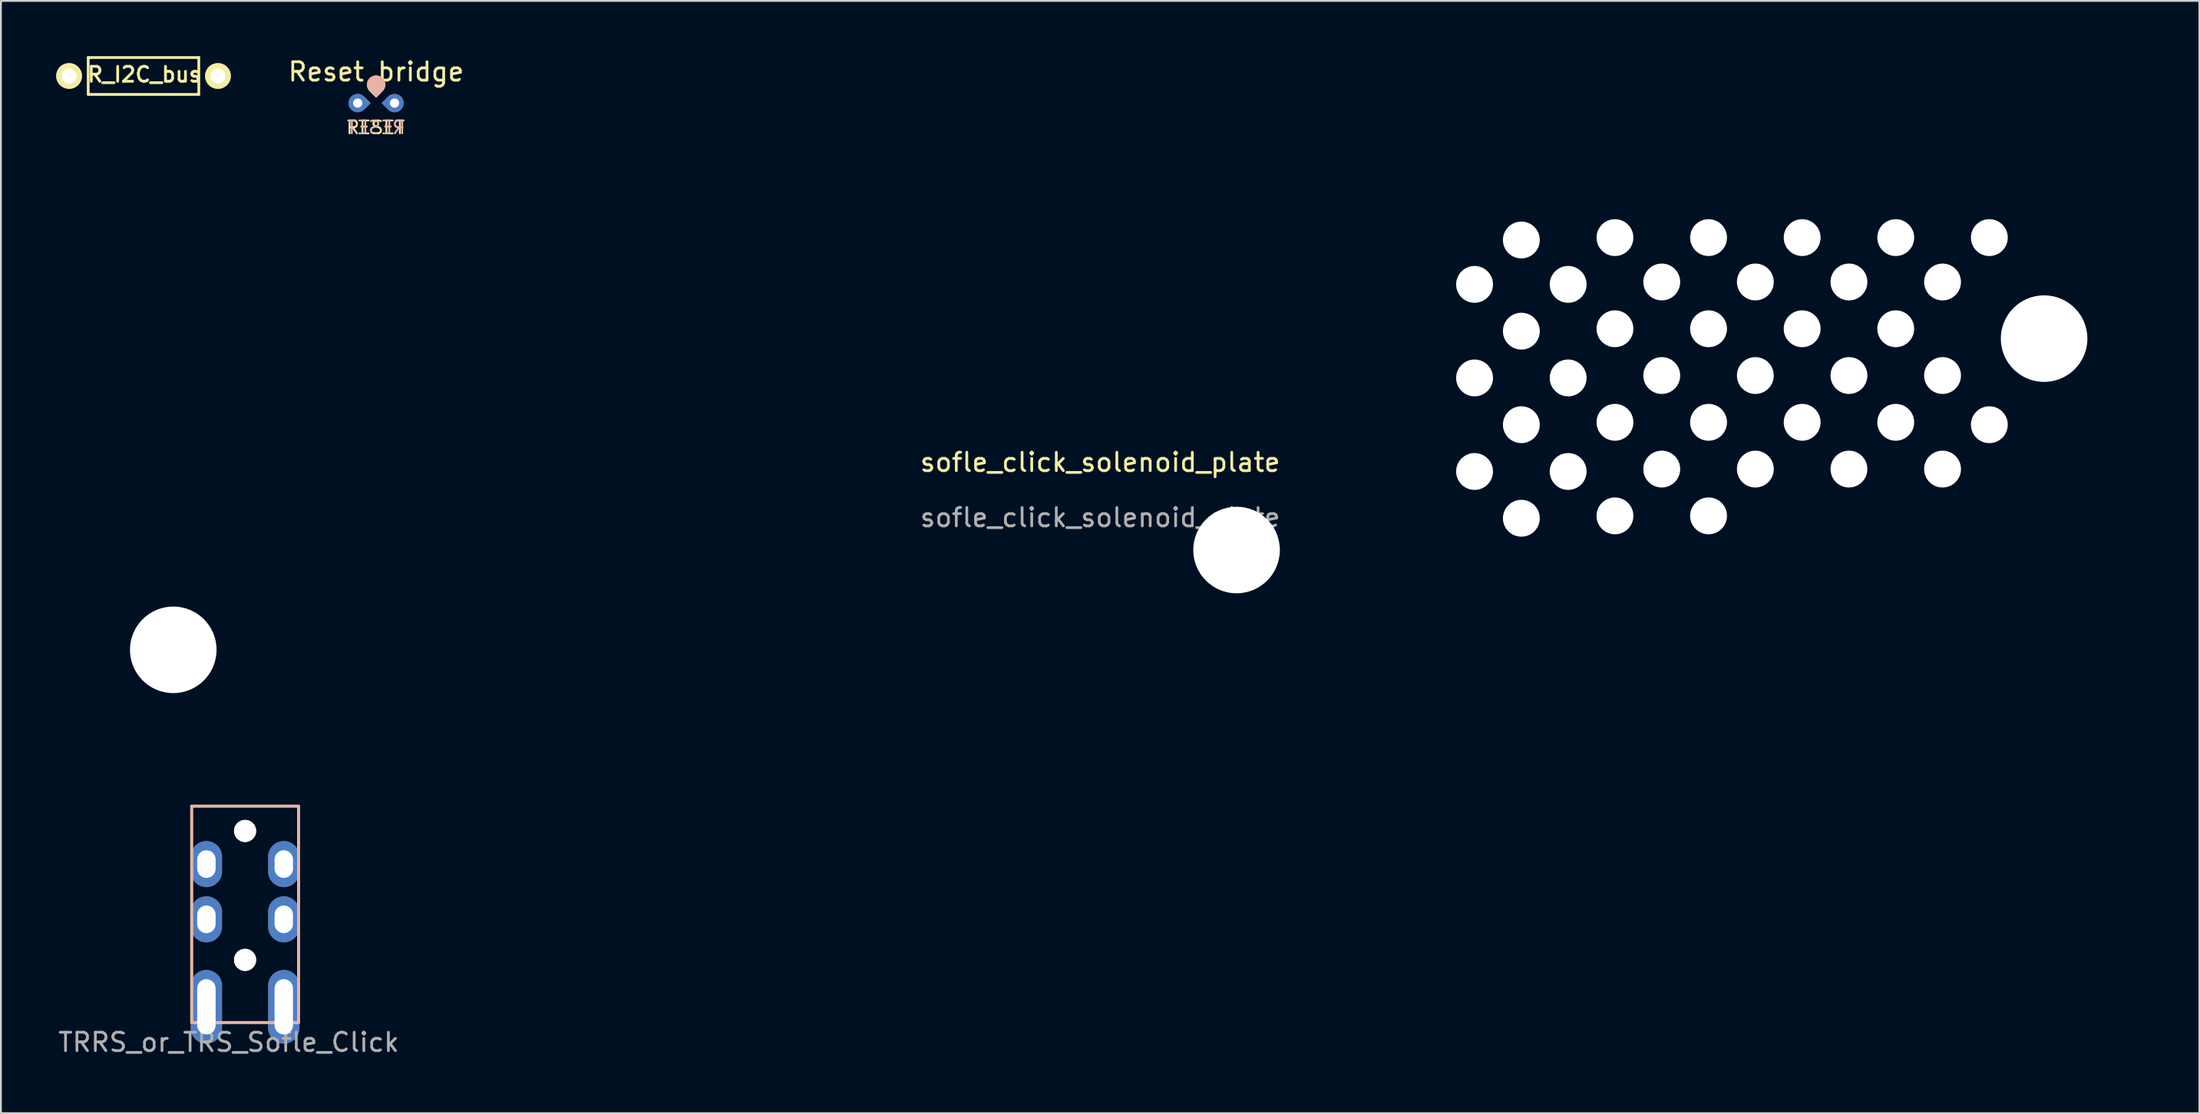
<source format=kicad_pcb>
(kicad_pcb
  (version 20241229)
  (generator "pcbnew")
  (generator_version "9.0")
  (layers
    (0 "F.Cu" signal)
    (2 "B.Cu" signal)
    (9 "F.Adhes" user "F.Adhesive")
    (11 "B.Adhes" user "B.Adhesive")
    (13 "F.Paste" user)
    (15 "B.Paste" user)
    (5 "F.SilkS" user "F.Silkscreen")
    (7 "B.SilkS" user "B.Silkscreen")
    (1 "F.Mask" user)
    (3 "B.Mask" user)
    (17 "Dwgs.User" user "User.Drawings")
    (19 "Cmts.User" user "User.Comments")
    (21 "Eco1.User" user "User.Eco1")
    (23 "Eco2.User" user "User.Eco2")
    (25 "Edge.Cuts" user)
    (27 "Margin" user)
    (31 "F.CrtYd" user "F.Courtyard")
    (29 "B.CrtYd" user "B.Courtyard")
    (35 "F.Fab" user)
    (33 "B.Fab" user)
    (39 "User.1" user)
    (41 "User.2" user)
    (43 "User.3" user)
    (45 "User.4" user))
  (footprint "TRRS_or_TRS_Sofle_Click"
    (layer "F.Cu")
    (at 10.252 47.136)
    (property "Reference" "TRRS_or_TRS_Sofle_Click" (at -0.889 6.413 0) (layer "F.Fab") (effects (font (size 1 1) (thickness 0.15))))
    (attr through_hole)
    (fp_line (start -2.9 -6.412) (end 2.9 -6.412) (stroke (width 0.15) (type solid)) (layer "F.SilkS"))
    (fp_line (start -2.9 5.338) (end -2.9 -6.412) (stroke (width 0.15) (type solid)) (layer "F.SilkS"))
    (fp_line (start 2.9 -6.412) (end 2.9 5.338) (stroke (width 0.15) (type solid)) (layer "F.SilkS"))
    (fp_line (start 2.9 5.338) (end -2.9 5.338) (stroke (width 0.15) (type solid)) (layer "F.SilkS"))
    (fp_line (start -2.9 -6.412) (end -2.9 5.338) (stroke (width 0.15) (type solid)) (layer "B.SilkS"))
    (fp_line (start -2.9 5.338) (end 2.9 5.338) (stroke (width 0.15) (type solid)) (layer "B.SilkS"))
    (fp_line (start 2.9 -6.412) (end -2.9 -6.412) (stroke (width 0.15) (type solid)) (layer "B.SilkS"))
    (fp_line (start 2.9 5.338) (end 2.9 -6.412) (stroke (width 0.15) (type solid)) (layer "B.SilkS"))
    (pad "" np_thru_hole circle (at 0 -5.062) (size 1.2 1.2) (drill 1.2) (layers "*.Cu" "*.Mask"))
    (pad "" np_thru_hole circle (at 0 -5.062) (size 1.2 1.2) (drill 1.2) (layers "*.Cu" "*.Mask"))
    (pad "" np_thru_hole circle (at 0 1.938) (size 1.2 1.2) (drill 1.2) (layers "*.Cu" "*.Mask"))
    (pad "" np_thru_hole circle (at 0 1.938) (size 1.2 1.2) (drill 1.2) (layers "*.Cu" "*.Mask"))
    (pad "1" thru_hole oval (at -2.1 4.487) (size 1.7 4) (drill oval 1 3) (layers "*.Cu" "*.Mask"))
    (pad "1" thru_hole oval (at 2.1 4.487) (size 1.7 4) (drill oval 1 3) (layers "*.Cu" "*.Mask"))
    (pad "2" thru_hole oval (at -2.1 -0.263) (size 1.7 2.5) (drill oval 1 1.5) (layers "*.Cu" "F.Mask"))
    (pad "2" thru_hole oval (at 2.1 -0.263) (size 1.7 2.5) (drill oval 1 1.5) (layers "*.Cu" "B.Mask"))
    (pad "3" thru_hole oval (at -2.1 -3.263) (size 1.7 2.5) (drill oval 1 1.5) (layers "*.Cu" "F.Mask"))
    (pad "3" thru_hole oval (at 2.1 -3.263) (size 1.7 2.5) (drill oval 1 1.5) (layers "*.Cu" "B.Mask")))
  (footprint "Reset bridge"
    (layer "F.Cu")
    (at 17.364 2.548)
    (property "Reference" "Reset bridge" (at 0 -1.7 180) (layer "F.SilkS") (effects (font (size 1 1) (thickness 0.15))))
    (attr through_hole)
    (fp_text user "RESET" (at -0.025 1.325 0) (layer "F.SilkS") (effects (font (size 0.7 0.7) (thickness 0.1))))
    (fp_text user "RESET" (at 0 1.325 0) (layer "B.SilkS") (effects (font (size 0.7 0.7) (thickness 0.1)) (justify mirror)))
    (pad "" smd custom (at 0 -1 90) (size 1 1) (layers "*.SilkS") (options (anchor circle)) (primitives (gr_poly (pts (xy -0.349 0.357) (xy -0.706 0) (xy -0.349 -0.359)) (width 0) (fill yes))))
    (pad "1" thru_hole custom (at -1 0) (size 1 1) (drill 0.5) (layers "*.Cu" "*.Mask") (options (anchor circle)) (primitives (gr_poly (pts (xy 0.349 0.357) (xy 0.706 0) (xy 0.349 -0.359)) (width 0) (fill yes))))
    (pad "2" thru_hole custom (at 1 0) (size 1 1) (drill 0.5) (layers "*.Cu" "*.Mask") (options (anchor circle)) (primitives (gr_poly (pts (xy -0.349 0.357) (xy -0.706 0) (xy -0.349 -0.359)) (width 0) (fill yes)))))
  (footprint "sofle_click_solenoid_plate"
    (layer "F.Cu")
    (at 56.662 22.553)
    (property "Reference" "sofle_click_solenoid_plate" (at 0 -0.5 0) (unlocked yes) (layer "F.SilkS") (effects (font (size 1 1) (thickness 0.15))))
    (fp_line (start -56.608 6.985) (end -56.608 13.045) (stroke (width 0.1) (type default)) (layer "User.4"))
    (fp_line (start -55.743 5.241) (end -39.973 1.02) (stroke (width 0.1) (type default)) (layer "User.4"))
    (fp_line (start -54.608 15.045) (end -20.558 15.045) (stroke (width 0.1) (type solid)) (layer "User.4"))
    (fp_line (start 17.982 -13.045) (end 17.987 -0.89) (stroke (width 0.1) (type default)) (layer "User.4"))
    (fp_line (start 17.987 -0.89) (end -37.103 -0.887) (stroke (width 0.1) (type default)) (layer "User.4"))
    (fp_line (start 19.982 -15.045) (end 54.612 -15.015) (stroke (width 0.1) (type default)) (layer "User.4"))
    (fp_line (start 55.631 0.054) (end -20.558 15.045) (stroke (width 0.1) (type default)) (layer "User.4"))
    (fp_line (start 56.612 -13.015) (end 56.612 -1.115) (stroke (width 0.1) (type default)) (layer "User.4"))
    (fp_arc (start -56.611383 6.980072) (mid -56.388432 6.004907) (end -55.743188 5.240501) (stroke (width 0.1) (type default)) (layer "User.4"))
    (fp_arc (start -54.608425 15.04491) (mid -56.022639 14.459124) (end -56.608425 13.04491) (stroke (width 0.1) (type default)) (layer "User.4"))
    (fp_arc (start -38.758318 0.08825) (mid -39.272863 0.674931) (end -39.97273 1.020102) (stroke (width 0.1) (type default)) (layer "User.4"))
    (fp_arc (start -38.758318 0.08825) (mid -38.055295 -0.610789) (end -37.103154 -0.887057) (stroke (width 0.1) (type default)) (layer "User.4"))
    (fp_arc (start 17.981575 -13.04509) (mid 18.567361 -14.459304) (end 19.981575 -15.04509) (stroke (width 0.1) (type default)) (layer "User.4"))
    (fp_arc (start 54.611574 -15.015089) (mid 56.025788 -14.429303) (end 56.611574 -13.015089) (stroke (width 0.1) (type default)) (layer "User.4"))
    (fp_arc (start 56.611574 -1.11509) (mid 56.328674 -0.356809) (end 55.631421 0.054118) (stroke (width 0.1) (type default)) (layer "User.4"))
    (fp_text user "${REFERENCE}" (at 0 2.5 0) (unlocked yes) (layer "F.Fab") (effects (font (size 1 1) (thickness 0.15))))
    (pad "" np_thru_hole circle (at -50.308 9.685 90) (size 4.7 4.7) (drill 4.7) (layers "*.Cu" "*.Mask"))
    (pad "" np_thru_hole circle (at 7.402 4.265) (size 4.7 4.7) (drill 4.7) (layers "*.Cu" "*.Mask"))
    (pad "" np_thru_hole circle (at 20.32 -10.16) (size 2 2) (drill 2) (layers "*.Cu" "*.Mask"))
    (pad "" np_thru_hole circle (at 20.32 -5.08) (size 2 2) (drill 2) (layers "*.Cu" "*.Mask"))
    (pad "" np_thru_hole circle (at 20.32 0) (size 2 2) (drill 2) (layers "*.Cu" "*.Mask"))
    (pad "" np_thru_hole circle (at 22.86 -12.57) (size 2 2) (drill 2) (layers "*.Cu" "*.Mask"))
    (pad "" np_thru_hole circle (at 22.86 -7.62) (size 2 2) (drill 2) (layers "*.Cu" "*.Mask"))
    (pad "" np_thru_hole circle (at 22.86 -2.54) (size 2 2) (drill 2) (layers "*.Cu" "*.Mask"))
    (pad "" np_thru_hole circle (at 22.86 2.54) (size 2 2) (drill 2) (layers "*.Cu" "*.Mask"))
    (pad "" np_thru_hole circle (at 25.4 -10.16) (size 2 2) (drill 2) (layers "*.Cu" "*.Mask"))
    (pad "" np_thru_hole circle (at 25.4 -5.08) (size 2 2) (drill 2) (layers "*.Cu" "*.Mask"))
    (pad "" np_thru_hole circle (at 25.4 0) (size 2 2) (drill 2) (layers "*.Cu" "*.Mask"))
    (pad "" np_thru_hole circle (at 27.94 -12.7) (size 2 2) (drill 2) (layers "*.Cu" "*.Mask"))
    (pad "" np_thru_hole circle (at 27.94 -7.75) (size 2 2) (drill 2) (layers "*.Cu" "*.Mask"))
    (pad "" np_thru_hole circle (at 27.94 -2.67) (size 2 2) (drill 2) (layers "*.Cu" "*.Mask"))
    (pad "" np_thru_hole circle (at 27.94 2.41) (size 2 2) (drill 2) (layers "*.Cu" "*.Mask"))
    (pad "" np_thru_hole circle (at 30.48 -10.29) (size 2 2) (drill 2) (layers "*.Cu" "*.Mask"))
    (pad "" np_thru_hole circle (at 30.48 -5.21) (size 2 2) (drill 2) (layers "*.Cu" "*.Mask"))
    (pad "" np_thru_hole circle (at 30.48 -0.13) (size 2 2) (drill 2) (layers "*.Cu" "*.Mask"))
    (pad "" np_thru_hole circle (at 33.02 -12.7) (size 2 2) (drill 2) (layers "*.Cu" "*.Mask"))
    (pad "" np_thru_hole circle (at 33.02 -7.75) (size 2 2) (drill 2) (layers "*.Cu" "*.Mask"))
    (pad "" np_thru_hole circle (at 33.02 -2.67) (size 2 2) (drill 2) (layers "*.Cu" "*.Mask"))
    (pad "" np_thru_hole circle (at 33.02 2.41) (size 2 2) (drill 2) (layers "*.Cu" "*.Mask"))
    (pad "" np_thru_hole circle (at 35.56 -10.29) (size 2 2) (drill 2) (layers "*.Cu" "*.Mask"))
    (pad "" np_thru_hole circle (at 35.56 -5.21) (size 2 2) (drill 2) (layers "*.Cu" "*.Mask"))
    (pad "" np_thru_hole circle (at 35.56 -0.13) (size 2 2) (drill 2) (layers "*.Cu" "*.Mask"))
    (pad "" np_thru_hole circle (at 38.1 -12.7) (size 2 2) (drill 2) (layers "*.Cu" "*.Mask"))
    (pad "" np_thru_hole circle (at 38.1 -7.75) (size 2 2) (drill 2) (layers "*.Cu" "*.Mask"))
    (pad "" np_thru_hole circle (at 38.1 -2.67) (size 2 2) (drill 2) (layers "*.Cu" "*.Mask"))
    (pad "" np_thru_hole circle (at 40.64 -10.29) (size 2 2) (drill 2) (layers "*.Cu" "*.Mask"))
    (pad "" np_thru_hole circle (at 40.64 -5.21) (size 2 2) (drill 2) (layers "*.Cu" "*.Mask"))
    (pad "" np_thru_hole circle (at 40.64 -0.13) (size 2 2) (drill 2) (layers "*.Cu" "*.Mask"))
    (pad "" np_thru_hole circle (at 43.18 -12.7) (size 2 2) (drill 2) (layers "*.Cu" "*.Mask"))
    (pad "" np_thru_hole circle (at 43.18 -7.75) (size 2 2) (drill 2) (layers "*.Cu" "*.Mask"))
    (pad "" np_thru_hole circle (at 43.18 -2.67) (size 2 2) (drill 2) (layers "*.Cu" "*.Mask"))
    (pad "" np_thru_hole circle (at 45.72 -10.29) (size 2 2) (drill 2) (layers "*.Cu" "*.Mask"))
    (pad "" np_thru_hole circle (at 45.72 -5.21) (size 2 2) (drill 2) (layers "*.Cu" "*.Mask"))
    (pad "" np_thru_hole circle (at 45.72 -0.13) (size 2 2) (drill 2) (layers "*.Cu" "*.Mask"))
    (pad "" np_thru_hole circle (at 48.26 -12.7) (size 2 2) (drill 2) (layers "*.Cu" "*.Mask"))
    (pad "" np_thru_hole circle (at 48.26 -2.54) (size 2 2) (drill 2) (layers "*.Cu" "*.Mask"))
    (pad "" np_thru_hole circle (at 51.232 -7.215) (size 4.7 4.7) (drill 4.7) (layers "*.Cu" "*.Mask")))
  (footprint "R_I2C_bus"
    (layer "F.Cu")
    (at 4.739 1.076)
    (property "Reference" "R_I2C_bus" (at 0.05 -0.08 0) (layer "F.SilkS") (effects (font (size 0.813 0.813) (thickness 0.15))))
    (attr through_hole)
    (fp_line (start -3.001 -1.001) (end -3.001 1.001) (stroke (width 0.15) (type solid)) (layer "F.SilkS"))
    (fp_line (start -3 1.001) (end 3.001 1.001) (stroke (width 0.15) (type solid)) (layer "F.SilkS"))
    (fp_line (start 3.001 -1.001) (end -3 -1.001) (stroke (width 0.15) (type solid)) (layer "F.SilkS"))
    (fp_line (start 3.001 1.001) (end 3.001 -1.001) (stroke (width 0.15) (type solid)) (layer "F.SilkS"))
    (pad "1" thru_hole circle (at -4.04 0) (size 1.397 1.397) (drill 0.813) (layers "*.Cu" "*.Mask" "F.SilkS"))
    (pad "2" thru_hole circle (at 4.04 0) (size 1.397 1.397) (drill 0.813) (layers "*.Cu" "*.Mask" "F.SilkS")))
  (gr_rect
    (start -3 -3)
    (end 116.323 57.398)
    (stroke (width 0.1) (type default))
    (fill no)
    (layer "Edge.Cuts")))
</source>
